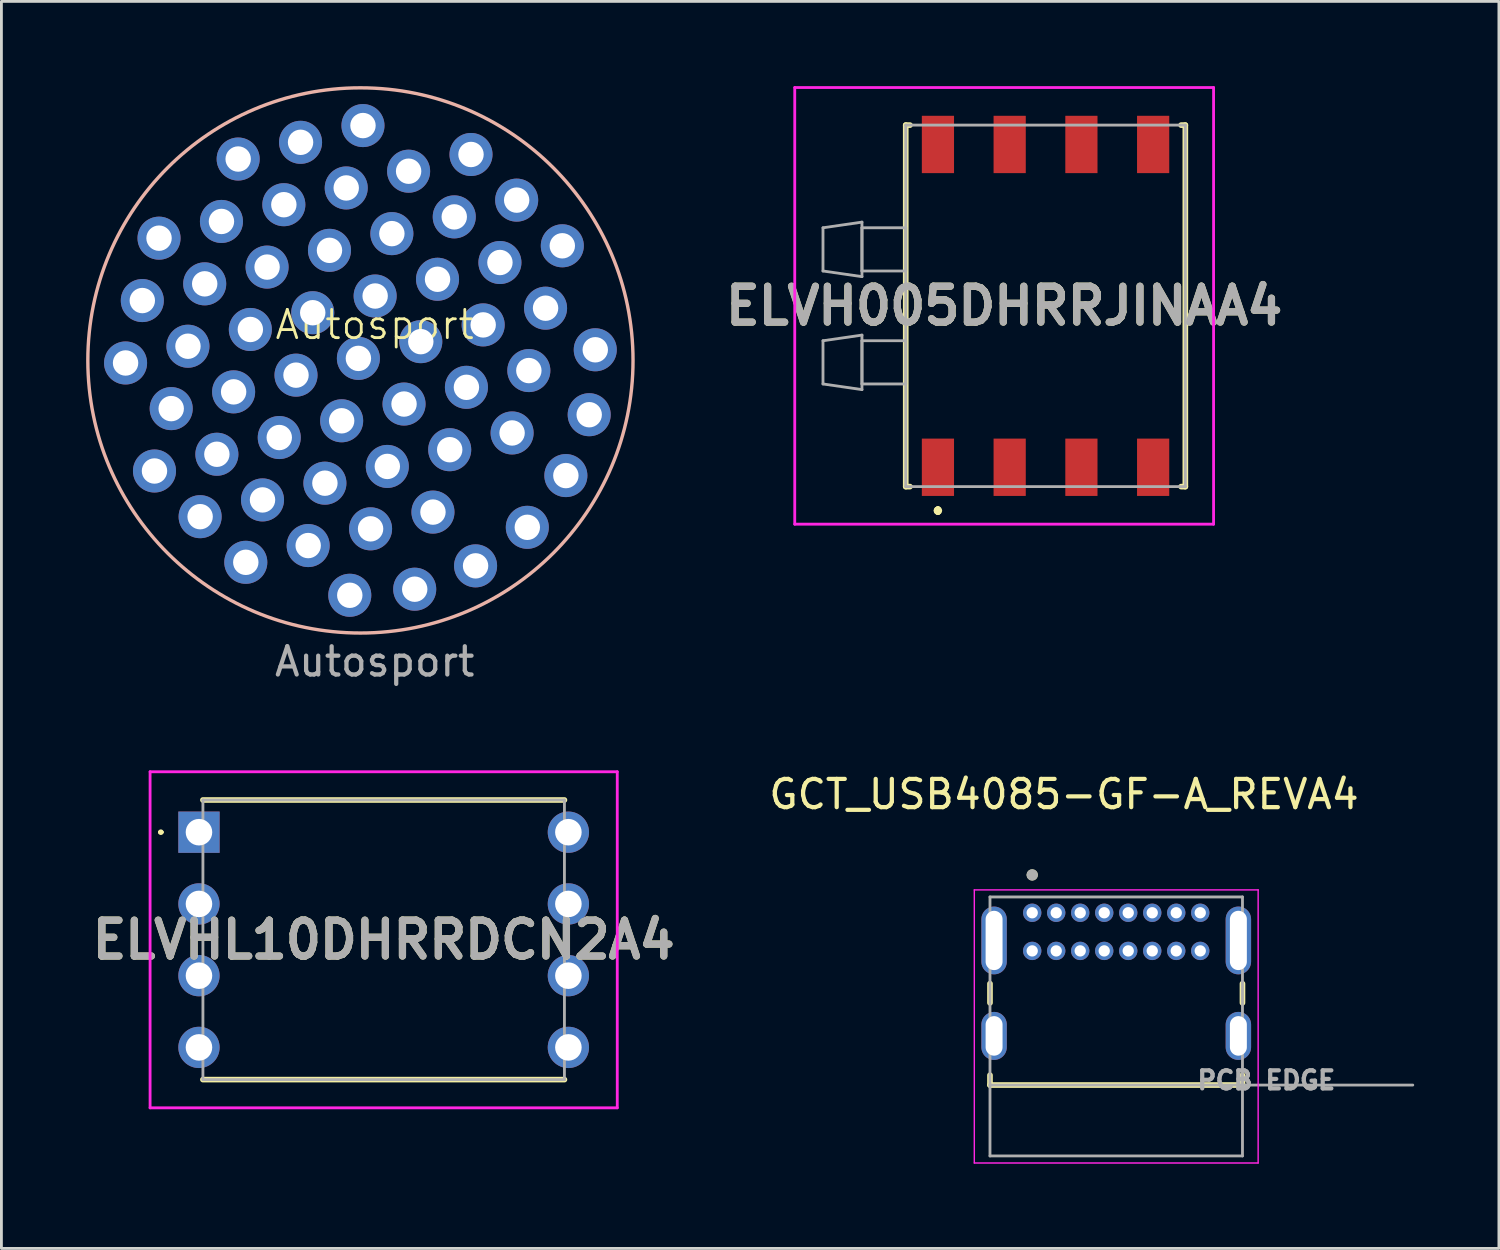
<source format=kicad_pcb>
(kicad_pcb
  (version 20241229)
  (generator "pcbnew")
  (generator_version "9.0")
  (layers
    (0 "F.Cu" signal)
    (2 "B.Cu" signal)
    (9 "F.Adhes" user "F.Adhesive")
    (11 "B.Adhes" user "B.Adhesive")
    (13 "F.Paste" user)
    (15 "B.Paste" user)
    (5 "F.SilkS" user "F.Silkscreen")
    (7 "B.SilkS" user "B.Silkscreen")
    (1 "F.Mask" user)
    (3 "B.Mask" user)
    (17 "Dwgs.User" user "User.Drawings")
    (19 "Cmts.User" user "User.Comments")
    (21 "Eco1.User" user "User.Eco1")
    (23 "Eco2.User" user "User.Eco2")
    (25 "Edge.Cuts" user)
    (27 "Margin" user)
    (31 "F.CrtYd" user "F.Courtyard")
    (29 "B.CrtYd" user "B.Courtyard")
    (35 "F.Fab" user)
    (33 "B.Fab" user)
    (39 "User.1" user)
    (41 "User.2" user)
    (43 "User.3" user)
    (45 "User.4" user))
  (footprint "ELVH005DHRRJINAA4"
    (layer "F.Cu")
    (at 33.97 7.78)
    (property "Reference" "ELVH005DHRRJINAA4" (at -1.465 0 0) (layer "F.SilkS") (effects (font (size 1.27 1.27) (thickness 0.254))))
    (attr smd)
    (fp_line (start -4.95 -6.4) (end -4.95 6.4) (stroke (width 0.2) (type solid)) (layer "F.SilkS"))
    (fp_line (start -4.95 6.4) (end -4.8 6.4) (stroke (width 0.2) (type solid)) (layer "F.SilkS"))
    (fp_line (start -4.8 -6.4) (end -4.95 -6.4) (stroke (width 0.2) (type solid)) (layer "F.SilkS"))
    (fp_line (start -3.81 7.2) (end -3.81 7.2) (stroke (width 0.2) (type solid)) (layer "F.SilkS"))
    (fp_line (start -3.81 7.2) (end -3.81 7.2) (stroke (width 0.2) (type solid)) (layer "F.SilkS"))
    (fp_line (start -3.81 7.3) (end -3.81 7.3) (stroke (width 0.2) (type solid)) (layer "F.SilkS"))
    (fp_line (start 4.8 6.4) (end 4.95 6.4) (stroke (width 0.2) (type solid)) (layer "F.SilkS"))
    (fp_line (start 4.95 -6.4) (end 4.8 -6.4) (stroke (width 0.2) (type solid)) (layer "F.SilkS"))
    (fp_line (start 4.95 6.4) (end 4.95 -6.4) (stroke (width 0.2) (type solid)) (layer "F.SilkS"))
    (fp_arc (start -3.81 7.2) (mid -3.76 7.25) (end -3.81 7.3) (stroke (width 0.2) (type solid)) (layer "F.SilkS"))
    (fp_arc (start -3.81 7.3) (mid -3.86 7.25) (end -3.81 7.2) (stroke (width 0.2) (type solid)) (layer "F.SilkS"))
    (fp_arc (start -3.81 7.3) (mid -3.86 7.25) (end -3.81 7.2) (stroke (width 0.2) (type solid)) (layer "F.SilkS"))
    (fp_line (start -8.88 -7.73) (end 5.95 -7.73) (stroke (width 0.1) (type solid)) (layer "F.CrtYd"))
    (fp_line (start -8.88 7.73) (end -8.88 -7.73) (stroke (width 0.1) (type solid)) (layer "F.CrtYd"))
    (fp_line (start 5.95 -7.73) (end 5.95 7.73) (stroke (width 0.1) (type solid)) (layer "F.CrtYd"))
    (fp_line (start 5.95 7.73) (end -8.88 7.73) (stroke (width 0.1) (type solid)) (layer "F.CrtYd"))
    (fp_line (start -7.88 -2.765) (end -6.5 -2.965) (stroke (width 0.1) (type solid)) (layer "F.Fab"))
    (fp_line (start -7.88 -1.235) (end -7.88 -2.765) (stroke (width 0.1) (type solid)) (layer "F.Fab"))
    (fp_line (start -7.88 1.235) (end -6.5 1.035) (stroke (width 0.1) (type solid)) (layer "F.Fab"))
    (fp_line (start -7.88 2.765) (end -7.88 1.235) (stroke (width 0.1) (type solid)) (layer "F.Fab"))
    (fp_line (start -6.5 -2.965) (end -6.5 -1.035) (stroke (width 0.1) (type solid)) (layer "F.Fab"))
    (fp_line (start -6.5 -2.765) (end -4.95 -2.765) (stroke (width 0.1) (type solid)) (layer "F.Fab"))
    (fp_line (start -6.5 -1.235) (end -6.5 -2.765) (stroke (width 0.1) (type solid)) (layer "F.Fab"))
    (fp_line (start -6.5 -1.035) (end -7.88 -1.235) (stroke (width 0.1) (type solid)) (layer "F.Fab"))
    (fp_line (start -6.5 1.035) (end -6.5 2.965) (stroke (width 0.1) (type solid)) (layer "F.Fab"))
    (fp_line (start -6.5 1.235) (end -4.95 1.235) (stroke (width 0.1) (type solid)) (layer "F.Fab"))
    (fp_line (start -6.5 2.765) (end -6.5 1.235) (stroke (width 0.1) (type solid)) (layer "F.Fab"))
    (fp_line (start -6.5 2.965) (end -7.88 2.765) (stroke (width 0.1) (type solid)) (layer "F.Fab"))
    (fp_line (start -4.95 -6.4) (end -4.95 6.4) (stroke (width 0.1) (type solid)) (layer "F.Fab"))
    (fp_line (start -4.95 -2.765) (end -4.95 -1.235) (stroke (width 0.1) (type solid)) (layer "F.Fab"))
    (fp_line (start -4.95 -1.235) (end -6.5 -1.235) (stroke (width 0.1) (type solid)) (layer "F.Fab"))
    (fp_line (start -4.95 1.235) (end -4.95 2.765) (stroke (width 0.1) (type solid)) (layer "F.Fab"))
    (fp_line (start -4.95 2.765) (end -6.5 2.765) (stroke (width 0.1) (type solid)) (layer "F.Fab"))
    (fp_line (start -4.95 6.4) (end 4.95 6.4) (stroke (width 0.1) (type solid)) (layer "F.Fab"))
    (fp_line (start 4.95 -6.4) (end -4.95 -6.4) (stroke (width 0.1) (type solid)) (layer "F.Fab"))
    (fp_line (start 4.95 6.4) (end 4.95 -6.4) (stroke (width 0.1) (type solid)) (layer "F.Fab"))
    (fp_text user "${REFERENCE}" (at -1.465 0 0) (layer "F.Fab") (effects (font (size 1.27 1.27) (thickness 0.254))))
    (pad "1" smd rect (at -3.81 5.715) (size 1.14 2.03) (layers "F.Cu" "F.Mask" "F.Paste"))
    (pad "2" smd rect (at -1.27 5.715) (size 1.14 2.03) (layers "F.Cu" "F.Mask" "F.Paste"))
    (pad "3" smd rect (at 1.27 5.715) (size 1.14 2.03) (layers "F.Cu" "F.Mask" "F.Paste"))
    (pad "4" smd rect (at 3.81 5.715) (size 1.14 2.03) (layers "F.Cu" "F.Mask" "F.Paste"))
    (pad "5" smd rect (at 3.81 -5.715) (size 1.14 2.03) (layers "F.Cu" "F.Mask" "F.Paste"))
    (pad "6" smd rect (at 1.27 -5.715) (size 1.14 2.03) (layers "F.Cu" "F.Mask" "F.Paste"))
    (pad "7" smd rect (at -1.27 -5.715) (size 1.14 2.03) (layers "F.Cu" "F.Mask" "F.Paste"))
    (pad "8" smd rect (at -3.81 -5.715) (size 1.14 2.03) (layers "F.Cu" "F.Mask" "F.Paste")))
  (footprint "GCT_USB4085-GF-A_REVA4"
    (layer "F.Cu")
    (at 36.473 33.629)
    (property "Reference" "GCT_USB4085-GF-A_REVA4" (at -1.85 -8.555 0) (layer "F.SilkS") (effects (font (size 1 1) (thickness 0.15))))
    (attr through_hole)
    (fp_line (start -4.47 -1.85) (end -4.47 -1.17) (stroke (width 0.2) (type solid)) (layer "F.SilkS"))
    (fp_line (start -4.47 1.39) (end -4.47 1.74) (stroke (width 0.2) (type solid)) (layer "F.SilkS"))
    (fp_line (start -4.47 1.74) (end 4.47 1.74) (stroke (width 0.2) (type solid)) (layer "F.SilkS"))
    (fp_line (start 4.47 -1.85) (end 4.47 -1.17) (stroke (width 0.2) (type solid)) (layer "F.SilkS"))
    (fp_line (start 4.47 1.74) (end 4.47 1.39) (stroke (width 0.2) (type solid)) (layer "F.SilkS"))
    (fp_circle (center -2.975 -5.7) (end -2.875 -5.7) (stroke (width 0.2) (type solid)) (fill no) (layer "F.SilkS"))
    (fp_line (start -5.025 -5.17) (end 5.025 -5.17) (stroke (width 0.05) (type solid)) (layer "F.CrtYd"))
    (fp_line (start -5.025 4.5) (end -5.025 -5.17) (stroke (width 0.05) (type solid)) (layer "F.CrtYd"))
    (fp_line (start 5.025 -5.17) (end 5.025 4.5) (stroke (width 0.05) (type solid)) (layer "F.CrtYd"))
    (fp_line (start 5.025 4.5) (end -5.025 4.5) (stroke (width 0.05) (type solid)) (layer "F.CrtYd"))
    (fp_line (start -4.47 -4.92) (end 4.47 -4.92) (stroke (width 0.1) (type solid)) (layer "F.Fab"))
    (fp_line (start -4.47 1.74) (end -4.47 -4.92) (stroke (width 0.1) (type solid)) (layer "F.Fab"))
    (fp_line (start -4.47 1.74) (end 10.5 1.74) (stroke (width 0.1) (type solid)) (layer "F.Fab"))
    (fp_line (start -4.47 4.25) (end -4.47 1.74) (stroke (width 0.1) (type solid)) (layer "F.Fab"))
    (fp_line (start 4.47 -4.92) (end 4.47 4.25) (stroke (width 0.1) (type solid)) (layer "F.Fab"))
    (fp_line (start 4.47 4.25) (end -4.47 4.25) (stroke (width 0.1) (type solid)) (layer "F.Fab"))
    (fp_circle (center -2.975 -5.7) (end -2.875 -5.7) (stroke (width 0.2) (type solid)) (fill no) (layer "F.Fab"))
    (fp_text user "PCB EDGE" (at 5.315 1.57 0) (layer "F.Fab") (effects (font (size 0.64 0.64) (thickness 0.15))))
    (pad "A1" thru_hole circle (at -2.975 -4.36) (size 0.65 0.65) (drill 0.4) (layers "*.Cu" "*.Mask"))
    (pad "A4" thru_hole circle (at -2.125 -4.36) (size 0.65 0.65) (drill 0.4) (layers "*.Cu" "*.Mask"))
    (pad "A5" thru_hole circle (at -1.275 -4.36) (size 0.65 0.65) (drill 0.4) (layers "*.Cu" "*.Mask"))
    (pad "A6" thru_hole circle (at -0.425 -4.36) (size 0.65 0.65) (drill 0.4) (layers "*.Cu" "*.Mask"))
    (pad "A7" thru_hole circle (at 0.425 -4.36) (size 0.65 0.65) (drill 0.4) (layers "*.Cu" "*.Mask"))
    (pad "A8" thru_hole circle (at 1.275 -4.36) (size 0.65 0.65) (drill 0.4) (layers "*.Cu" "*.Mask"))
    (pad "A9" thru_hole circle (at 2.125 -4.36) (size 0.65 0.65) (drill 0.4) (layers "*.Cu" "*.Mask"))
    (pad "A12" thru_hole circle (at 2.975 -4.36) (size 0.65 0.65) (drill 0.4) (layers "*.Cu" "*.Mask"))
    (pad "B1" thru_hole circle (at 2.975 -3.01) (size 0.65 0.65) (drill 0.4) (layers "*.Cu" "*.Mask"))
    (pad "B4" thru_hole circle (at 2.125 -3.01) (size 0.65 0.65) (drill 0.4) (layers "*.Cu" "*.Mask"))
    (pad "B5" thru_hole circle (at 1.275 -3.01) (size 0.65 0.65) (drill 0.4) (layers "*.Cu" "*.Mask"))
    (pad "B6" thru_hole circle (at 0.425 -3.01) (size 0.65 0.65) (drill 0.4) (layers "*.Cu" "*.Mask"))
    (pad "B7" thru_hole circle (at -0.425 -3.01) (size 0.65 0.65) (drill 0.4) (layers "*.Cu" "*.Mask"))
    (pad "B8" thru_hole circle (at -1.275 -3.01) (size 0.65 0.65) (drill 0.4) (layers "*.Cu" "*.Mask"))
    (pad "B9" thru_hole circle (at -2.125 -3.01) (size 0.65 0.65) (drill 0.4) (layers "*.Cu" "*.Mask"))
    (pad "B12" thru_hole circle (at -2.975 -3.01) (size 0.65 0.65) (drill 0.4) (layers "*.Cu" "*.Mask"))
    (pad "S1" thru_hole oval (at -4.325 0) (size 0.9 1.7) (drill oval 0.6 1.4) (layers "*.Cu" "*.Mask"))
    (pad "S2" thru_hole oval (at 4.325 0) (size 0.9 1.7) (drill oval 0.6 1.4) (layers "*.Cu" "*.Mask"))
    (pad "S3" thru_hole oval (at -4.325 -3.38) (size 0.9 2.4) (drill oval 0.6 2.1) (layers "*.Cu" "*.Mask"))
    (pad "S4" thru_hole oval (at 4.325 -3.38) (size 0.9 2.4) (drill oval 0.6 2.1) (layers "*.Cu" "*.Mask")))
  (footprint "ELVHL10DHRRDCN2A4"
    (layer "F.Cu")
    (at 3.995 26.416)
    (property "Reference" "ELVHL10DHRRDCN2A4" (at 6.54 3.81 0) (layer "F.SilkS") (effects (font (size 1.27 1.27) (thickness 0.254))))
    (attr through_hole)
    (fp_line (start -1.4 0) (end -1.4 0) (stroke (width 0.1) (type solid)) (layer "F.SilkS"))
    (fp_line (start -1.3 0) (end -1.3 0) (stroke (width 0.1) (type solid)) (layer "F.SilkS"))
    (fp_line (start 0.14 -1.14) (end 12.94 -1.14) (stroke (width 0.2) (type solid)) (layer "F.SilkS"))
    (fp_line (start 0.14 8.76) (end 12.94 8.76) (stroke (width 0.2) (type solid)) (layer "F.SilkS"))
    (fp_arc (start -1.4 0) (mid -1.35 -0.05) (end -1.3 0) (stroke (width 0.1) (type solid)) (layer "F.SilkS"))
    (fp_arc (start -1.3 0) (mid -1.35 0.05) (end -1.4 0) (stroke (width 0.1) (type solid)) (layer "F.SilkS"))
    (fp_line (start -1.731 -2.14) (end 14.811 -2.14) (stroke (width 0.1) (type solid)) (layer "F.CrtYd"))
    (fp_line (start -1.731 9.76) (end -1.731 -2.14) (stroke (width 0.1) (type solid)) (layer "F.CrtYd"))
    (fp_line (start 14.811 -2.14) (end 14.811 9.76) (stroke (width 0.1) (type solid)) (layer "F.CrtYd"))
    (fp_line (start 14.811 9.76) (end -1.731 9.76) (stroke (width 0.1) (type solid)) (layer "F.CrtYd"))
    (fp_line (start 0.14 -1.14) (end 0.14 8.76) (stroke (width 0.1) (type solid)) (layer "F.Fab"))
    (fp_line (start 0.14 8.76) (end 12.94 8.76) (stroke (width 0.1) (type solid)) (layer "F.Fab"))
    (fp_line (start 12.94 -1.14) (end 0.14 -1.14) (stroke (width 0.1) (type solid)) (layer "F.Fab"))
    (fp_line (start 12.94 8.76) (end 12.94 -1.14) (stroke (width 0.1) (type solid)) (layer "F.Fab"))
    (fp_text user "${REFERENCE}" (at 6.54 3.81 0) (layer "F.Fab") (effects (font (size 1.27 1.27) (thickness 0.254))))
    (pad "1" thru_hole rect (at 0 0) (size 1.462 1.462) (drill 0.94) (layers "*.Cu" "*.Mask"))
    (pad "2" thru_hole circle (at 0 2.54) (size 1.462 1.462) (drill 0.94) (layers "*.Cu" "*.Mask"))
    (pad "3" thru_hole circle (at 0 5.08) (size 1.462 1.462) (drill 0.94) (layers "*.Cu" "*.Mask"))
    (pad "4" thru_hole circle (at 0 7.62) (size 1.462 1.462) (drill 0.94) (layers "*.Cu" "*.Mask"))
    (pad "5" thru_hole circle (at 13.08 7.62) (size 1.462 1.462) (drill 0.94) (layers "*.Cu" "*.Mask"))
    (pad "6" thru_hole circle (at 13.08 5.08) (size 1.462 1.462) (drill 0.94) (layers "*.Cu" "*.Mask"))
    (pad "7" thru_hole circle (at 13.08 2.54) (size 1.462 1.462) (drill 0.94) (layers "*.Cu" "*.Mask"))
    (pad "8" thru_hole circle (at 13.08 0) (size 1.462 1.462) (drill 0.94) (layers "*.Cu" "*.Mask")))
  (footprint "Autosport"
    (layer "F.Cu")
    (at 10.217 8.947)
    (property "Reference" "Autosport" (at 0 -0.5 0) (unlocked yes) (layer "F.SilkS") (effects (font (size 1 1) (thickness 0.1))))
    (attr through_hole)
    (fp_circle (center -0.505 0.765) (end 6.32 7.59) (stroke (width 0.12) (type solid)) (fill no) (layer "B.SilkS"))
    (fp_text user "${REFERENCE}" (at 0 11.43 0) (unlocked yes) (layer "F.Fab") (effects (font (size 1 1) (thickness 0.15))))
    (pad "1" thru_hole circle (at 6.643 -3.294 225) (size 1.524 1.524) (drill 0.9) (layers "*.Cu" "*.Mask"))
    (pad "2" thru_hole circle (at 5.027 -4.911 225) (size 1.524 1.524) (drill 0.9) (layers "*.Cu" "*.Mask"))
    (pad "3" thru_hole circle (at 3.41 -6.527 225) (size 1.524 1.524) (drill 0.9) (layers "*.Cu" "*.Mask"))
    (pad "4" thru_hole circle (at 7.81 0.388 225) (size 1.524 1.524) (drill 0.9) (layers "*.Cu" "*.Mask"))
    (pad "5" thru_hole circle (at 6.05 -1.085 225) (size 1.524 1.524) (drill 0.9) (layers "*.Cu" "*.Mask"))
    (pad "6" thru_hole circle (at 4.434 -2.702 225) (size 1.524 1.524) (drill 0.9) (layers "*.Cu" "*.Mask"))
    (pad "7" thru_hole circle (at 2.817 -4.318 225) (size 1.524 1.524) (drill 0.9) (layers "*.Cu" "*.Mask"))
    (pad "8" thru_hole circle (at 1.201 -5.935 225) (size 1.524 1.524) (drill 0.9) (layers "*.Cu" "*.Mask"))
    (pad "9" thru_hole circle (at -0.415 -7.551 225) (size 1.524 1.524) (drill 0.9) (layers "*.Cu" "*.Mask"))
    (pad "10" thru_hole circle (at 7.595 2.687 225) (size 1.524 1.524) (drill 0.9) (layers "*.Cu" "*.Mask"))
    (pad "11" thru_hole circle (at 5.458 1.124 225) (size 1.524 1.524) (drill 0.9) (layers "*.Cu" "*.Mask"))
    (pad "12" thru_hole circle (at 3.841 -0.493 225) (size 1.524 1.524) (drill 0.9) (layers "*.Cu" "*.Mask"))
    (pad "13" thru_hole circle (at 2.225 -2.109 225) (size 1.524 1.524) (drill 0.9) (layers "*.Cu" "*.Mask"))
    (pad "14" thru_hole circle (at 0.608 -3.725 225) (size 1.524 1.524) (drill 0.9) (layers "*.Cu" "*.Mask"))
    (pad "15" thru_hole circle (at -1.008 -5.342 225) (size 1.524 1.524) (drill 0.9) (layers "*.Cu" "*.Mask"))
    (pad "16" thru_hole circle (at -2.625 -6.958 225) (size 1.524 1.524) (drill 0.9) (layers "*.Cu" "*.Mask"))
    (pad "17" thru_hole circle (at 6.769 4.842 225) (size 1.524 1.524) (drill 0.9) (layers "*.Cu" "*.Mask"))
    (pad "18" thru_hole circle (at 4.865 3.333 225) (size 1.524 1.524) (drill 0.9) (layers "*.Cu" "*.Mask"))
    (pad "19" thru_hole circle (at 3.248 1.717 225) (size 1.524 1.524) (drill 0.9) (layers "*.Cu" "*.Mask"))
    (pad "20" thru_hole circle (at 1.632 0.1 225) (size 1.524 1.524) (drill 0.9) (layers "*.Cu" "*.Mask"))
    (pad "21" thru_hole circle (at 0.016 -1.516 225) (size 1.524 1.524) (drill 0.9) (layers "*.Cu" "*.Mask"))
    (pad "22" thru_hole circle (at -1.601 -3.133 225) (size 1.524 1.524) (drill 0.9) (layers "*.Cu" "*.Mask"))
    (pad "23" thru_hole circle (at -3.217 -4.749 225) (size 1.524 1.524) (drill 0.9) (layers "*.Cu" "*.Mask"))
    (pad "24" thru_hole circle (at -4.834 -6.366 225) (size 1.524 1.524) (drill 0.9) (layers "*.Cu" "*.Mask"))
    (pad "25" thru_hole circle (at 5.404 6.674 225) (size 1.524 1.524) (drill 0.9) (layers "*.Cu" "*.Mask"))
    (pad "26" thru_hole circle (at 2.656 3.926 225) (size 1.524 1.524) (drill 0.9) (layers "*.Cu" "*.Mask"))
    (pad "27" thru_hole circle (at 1.039 2.309 225) (size 1.524 1.524) (drill 0.9) (layers "*.Cu" "*.Mask"))
    (pad "28" thru_hole circle (at -0.577 0.693 225) (size 1.524 1.524) (drill 0.9) (layers "*.Cu" "*.Mask"))
    (pad "29" thru_hole circle (at -2.194 -0.924 225) (size 1.524 1.524) (drill 0.9) (layers "*.Cu" "*.Mask"))
    (pad "30" thru_hole circle (at -3.81 -2.54 225) (size 1.524 1.524) (drill 0.9) (layers "*.Cu" "*.Mask"))
    (pad "31" thru_hole circle (at -5.426 -4.156 225) (size 1.524 1.524) (drill 0.9) (layers "*.Cu" "*.Mask"))
    (pad "32" thru_hole circle (at 3.572 8.039 225) (size 1.524 1.524) (drill 0.9) (layers "*.Cu" "*.Mask"))
    (pad "33" thru_hole circle (at 2.063 6.135 225) (size 1.524 1.524) (drill 0.9) (layers "*.Cu" "*.Mask"))
    (pad "34" thru_hole circle (at 0.447 4.518 225) (size 1.524 1.524) (drill 0.9) (layers "*.Cu" "*.Mask"))
    (pad "35" thru_hole circle (at -1.17 2.902 225) (size 1.524 1.524) (drill 0.9) (layers "*.Cu" "*.Mask"))
    (pad "36" thru_hole circle (at -2.786 1.286 225) (size 1.524 1.524) (drill 0.9) (layers "*.Cu" "*.Mask"))
    (pad "37" thru_hole circle (at -4.403 -0.331 225) (size 1.524 1.524) (drill 0.9) (layers "*.Cu" "*.Mask"))
    (pad "38" thru_hole circle (at -6.019 -1.947 225) (size 1.524 1.524) (drill 0.9) (layers "*.Cu" "*.Mask"))
    (pad "39" thru_hole circle (at -7.636 -3.564 225) (size 1.524 1.524) (drill 0.9) (layers "*.Cu" "*.Mask"))
    (pad "40" thru_hole circle (at 1.417 8.865 225) (size 1.524 1.524) (drill 0.9) (layers "*.Cu" "*.Mask"))
    (pad "41" thru_hole circle (at -0.146 6.728 225) (size 1.524 1.524) (drill 0.9) (layers "*.Cu" "*.Mask"))
    (pad "42" thru_hole circle (at -1.763 5.111 225) (size 1.524 1.524) (drill 0.9) (layers "*.Cu" "*.Mask"))
    (pad "43" thru_hole circle (at -3.379 3.495 225) (size 1.524 1.524) (drill 0.9) (layers "*.Cu" "*.Mask"))
    (pad "44" thru_hole circle (at -4.995 1.878 225) (size 1.524 1.524) (drill 0.9) (layers "*.Cu" "*.Mask"))
    (pad "45" thru_hole circle (at -6.612 0.262 225) (size 1.524 1.524) (drill 0.9) (layers "*.Cu" "*.Mask"))
    (pad "46" thru_hole circle (at -8.228 -1.355 225) (size 1.524 1.524) (drill 0.9) (layers "*.Cu" "*.Mask"))
    (pad "47" thru_hole circle (at -0.882 9.08 225) (size 1.524 1.524) (drill 0.9) (layers "*.Cu" "*.Mask"))
    (pad "48" thru_hole circle (at -2.355 7.32 225) (size 1.524 1.524) (drill 0.9) (layers "*.Cu" "*.Mask"))
    (pad "49" thru_hole circle (at -3.972 5.704 225) (size 1.524 1.524) (drill 0.9) (layers "*.Cu" "*.Mask"))
    (pad "50" thru_hole circle (at -5.588 4.087 225) (size 1.524 1.524) (drill 0.9) (layers "*.Cu" "*.Mask"))
    (pad "51" thru_hole circle (at -7.205 2.471 225) (size 1.524 1.524) (drill 0.9) (layers "*.Cu" "*.Mask"))
    (pad "52" thru_hole circle (at -8.821 0.855 225) (size 1.524 1.524) (drill 0.9) (layers "*.Cu" "*.Mask"))
    (pad "53" thru_hole circle (at -4.564 7.913 225) (size 1.524 1.524) (drill 0.9) (layers "*.Cu" "*.Mask"))
    (pad "54" thru_hole circle (at -6.181 6.297 225) (size 1.524 1.524) (drill 0.9) (layers "*.Cu" "*.Mask"))
    (pad "55" thru_hole circle (at -7.797 4.68 225) (size 1.524 1.524) (drill 0.9) (layers "*.Cu" "*.Mask")))
  (gr_rect
    (start -3 -3)
    (end 50.023 41.154)
    (stroke (width 0.1) (type default))
    (fill no)
    (layer "Edge.Cuts")))
</source>
